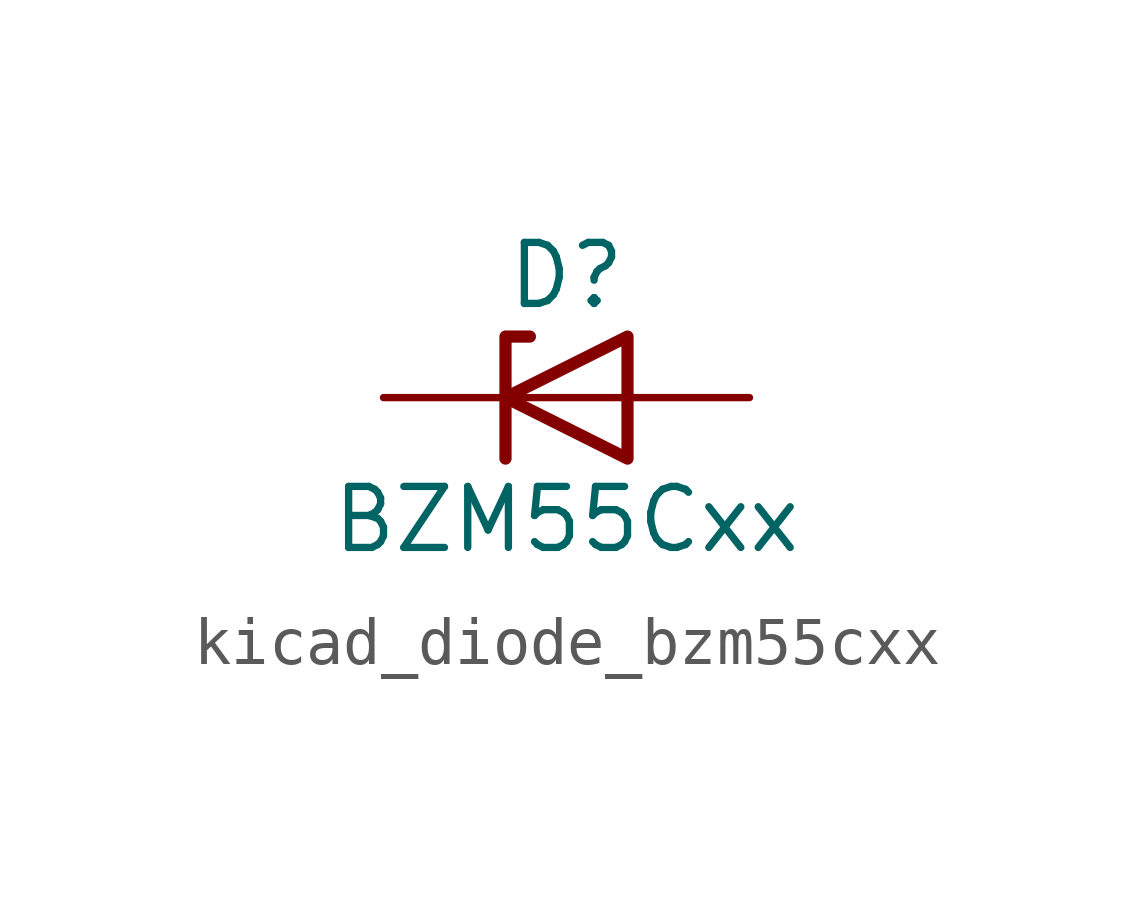
<source format=kicad_sym>
(kicad_symbol_lib
  (version 20220914)
  (generator kicad_symbol_editor)
  (symbol "kicad_diode_bzm55cxx"
    (pin_numbers hide)
    (pin_names hide)
    (property "Reference" "D"
      (at 0 2.54 0)
      (effects (font (size 1.27 1.27))))
    (property "Value" "BZM55Cxx"
      (at 0 -2.54 0)
      (effects (font (size 1.27 1.27))))
    (symbol "kicad_diode_bzm55cxx_0_1"
      (polyline (pts (xy 1.27 0) (xy -1.27 0)) (stroke (width 0) (type default)) (fill (type none)))
      (polyline (pts (xy -1.27 -1.27) (xy -1.27 1.27) (xy -0.762 1.27)) (stroke (width 0.254) (type default)) (fill (type none)))
      (polyline (pts (xy 1.27 -1.27) (xy 1.27 1.27) (xy -1.27 0) (xy 1.27 -1.27)) (stroke (width 0.254) (type default)) (fill (type none))))
    (symbol "kicad_diode_bzm55cxx_1_1"
      (pin passive line (at -3.81 0 0) (length 2.54) (name "K" (effects (font (size 1.27 1.27)))) (number "1" (effects (font (size 1.27 1.27)))))
      (pin passive line (at 3.81 0 180) (length 2.54) (name "A" (effects (font (size 1.27 1.27)))) (number "2" (effects (font (size 1.27 1.27))))))))
</source>
